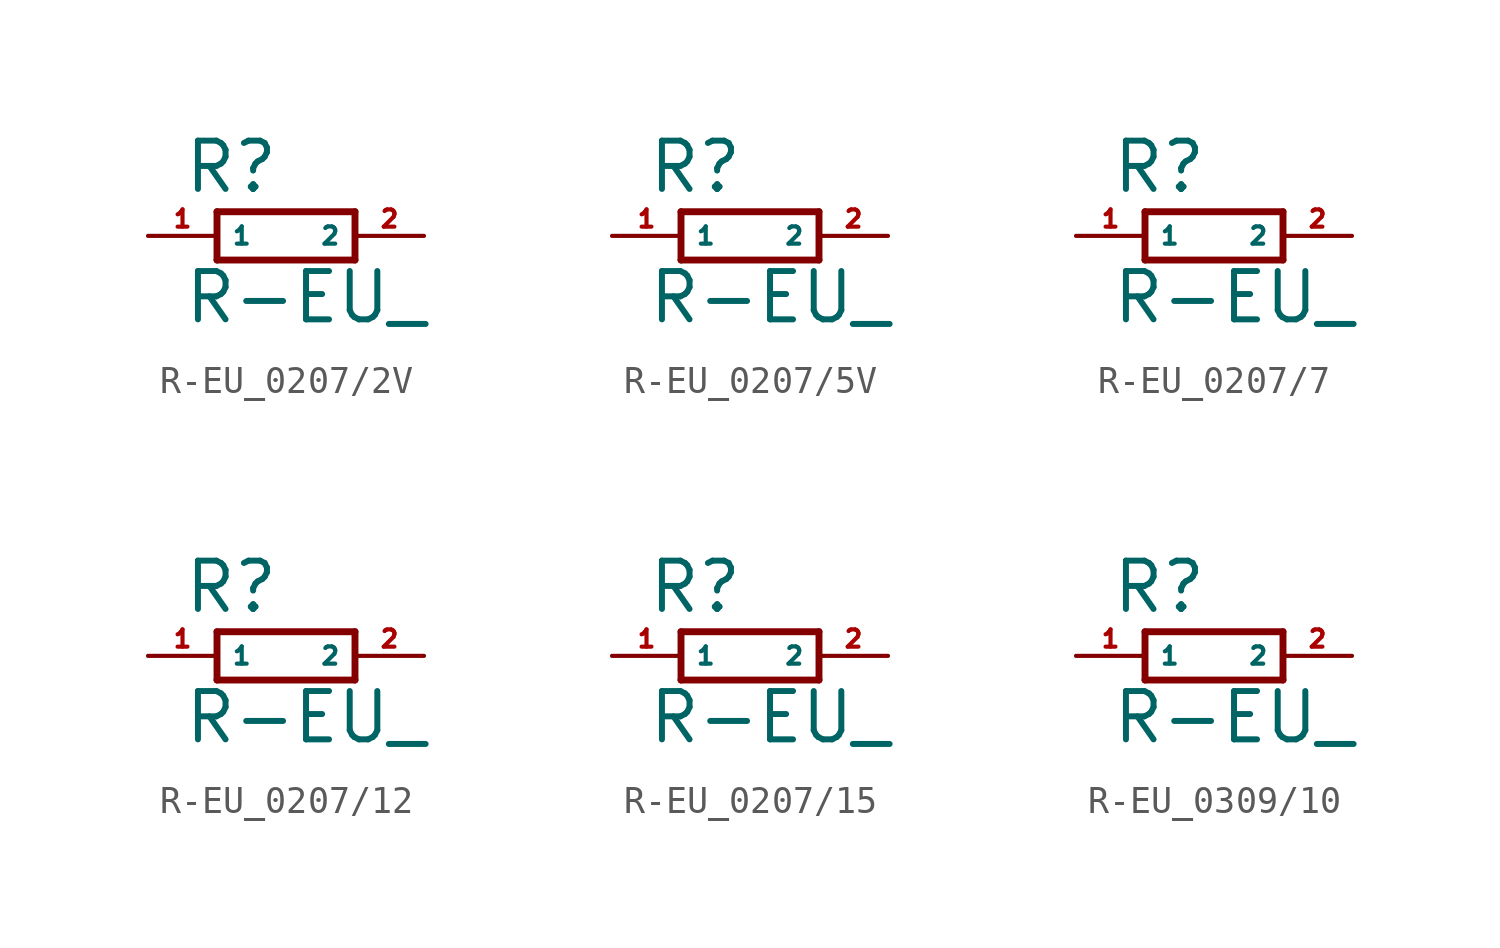
<source format=kicad_sym>
(kicad_symbol_lib
  (version 20220914)
  (generator Eagle2Kicad)
  (symbol "R-EU_0207/2V"
    (property "Reference" "R"
      (at -3.81 1.499 0)
      (effects (font (size 1.778 1.778) (thickness 0.22)) (justify left bottom)))
    (property "Value" "R-EU_"
      (at -3.81 -3.302 0)
      (effects (font (size 1.778 1.778) (thickness 0.22)) (justify left bottom)))
    (polyline
      (pts (xy -2.54 -0.889) (xy 2.54 -0.889))
      (stroke (width 0.254) (type default))
      (fill (type none)))
    (polyline
      (pts (xy 2.54 0.889) (xy -2.54 0.889))
      (stroke (width 0.254) (type default))
      (fill (type none)))
    (polyline
      (pts (xy 2.54 -0.889) (xy 2.54 0.889))
      (stroke (width 0.254) (type default))
      (fill (type none)))
    (polyline
      (pts (xy -2.54 -0.889) (xy -2.54 0.889))
      (stroke (width 0.254) (type default))
      (fill (type none)))
    (pin passive line
      (at 5.08 0 180)
      (length 2.54)
      (name "2" (effects (font (size 0.635 0.635) (thickness 0.08)) (justify left bottom)))
      (number "2" (effects (font (size 0.635 0.635) (thickness 0.08)) (justify left bottom))))
    (pin passive line
      (at -5.08 0 0)
      (length 2.54)
      (name "1" (effects (font (size 0.635 0.635) (thickness 0.08)) (justify left bottom)))
      (number "1" (effects (font (size 0.635 0.635) (thickness 0.08)) (justify left bottom)))))
  (symbol "R-EU_0207/5V"
    (property "Reference" "R"
      (at -3.81 1.499 0)
      (effects (font (size 1.778 1.778) (thickness 0.22)) (justify left bottom)))
    (property "Value" "R-EU_"
      (at -3.81 -3.302 0)
      (effects (font (size 1.778 1.778) (thickness 0.22)) (justify left bottom)))
    (polyline
      (pts (xy -2.54 -0.889) (xy 2.54 -0.889))
      (stroke (width 0.254) (type default))
      (fill (type none)))
    (polyline
      (pts (xy 2.54 0.889) (xy -2.54 0.889))
      (stroke (width 0.254) (type default))
      (fill (type none)))
    (polyline
      (pts (xy 2.54 -0.889) (xy 2.54 0.889))
      (stroke (width 0.254) (type default))
      (fill (type none)))
    (polyline
      (pts (xy -2.54 -0.889) (xy -2.54 0.889))
      (stroke (width 0.254) (type default))
      (fill (type none)))
    (pin passive line
      (at 5.08 0 180)
      (length 2.54)
      (name "2" (effects (font (size 0.635 0.635) (thickness 0.08)) (justify left bottom)))
      (number "2" (effects (font (size 0.635 0.635) (thickness 0.08)) (justify left bottom))))
    (pin passive line
      (at -5.08 0 0)
      (length 2.54)
      (name "1" (effects (font (size 0.635 0.635) (thickness 0.08)) (justify left bottom)))
      (number "1" (effects (font (size 0.635 0.635) (thickness 0.08)) (justify left bottom)))))
  (symbol "R-EU_0207/7"
    (property "Reference" "R"
      (at -3.81 1.499 0)
      (effects (font (size 1.778 1.778) (thickness 0.22)) (justify left bottom)))
    (property "Value" "R-EU_"
      (at -3.81 -3.302 0)
      (effects (font (size 1.778 1.778) (thickness 0.22)) (justify left bottom)))
    (polyline
      (pts (xy -2.54 -0.889) (xy 2.54 -0.889))
      (stroke (width 0.254) (type default))
      (fill (type none)))
    (polyline
      (pts (xy 2.54 0.889) (xy -2.54 0.889))
      (stroke (width 0.254) (type default))
      (fill (type none)))
    (polyline
      (pts (xy 2.54 -0.889) (xy 2.54 0.889))
      (stroke (width 0.254) (type default))
      (fill (type none)))
    (polyline
      (pts (xy -2.54 -0.889) (xy -2.54 0.889))
      (stroke (width 0.254) (type default))
      (fill (type none)))
    (pin passive line
      (at 5.08 0 180)
      (length 2.54)
      (name "2" (effects (font (size 0.635 0.635) (thickness 0.08)) (justify left bottom)))
      (number "2" (effects (font (size 0.635 0.635) (thickness 0.08)) (justify left bottom))))
    (pin passive line
      (at -5.08 0 0)
      (length 2.54)
      (name "1" (effects (font (size 0.635 0.635) (thickness 0.08)) (justify left bottom)))
      (number "1" (effects (font (size 0.635 0.635) (thickness 0.08)) (justify left bottom)))))
  (symbol "R-EU_0207/12"
    (property "Reference" "R"
      (at -3.81 1.499 0)
      (effects (font (size 1.778 1.778) (thickness 0.22)) (justify left bottom)))
    (property "Value" "R-EU_"
      (at -3.81 -3.302 0)
      (effects (font (size 1.778 1.778) (thickness 0.22)) (justify left bottom)))
    (polyline
      (pts (xy -2.54 -0.889) (xy 2.54 -0.889))
      (stroke (width 0.254) (type default))
      (fill (type none)))
    (polyline
      (pts (xy 2.54 0.889) (xy -2.54 0.889))
      (stroke (width 0.254) (type default))
      (fill (type none)))
    (polyline
      (pts (xy 2.54 -0.889) (xy 2.54 0.889))
      (stroke (width 0.254) (type default))
      (fill (type none)))
    (polyline
      (pts (xy -2.54 -0.889) (xy -2.54 0.889))
      (stroke (width 0.254) (type default))
      (fill (type none)))
    (pin passive line
      (at 5.08 0 180)
      (length 2.54)
      (name "2" (effects (font (size 0.635 0.635) (thickness 0.08)) (justify left bottom)))
      (number "2" (effects (font (size 0.635 0.635) (thickness 0.08)) (justify left bottom))))
    (pin passive line
      (at -5.08 0 0)
      (length 2.54)
      (name "1" (effects (font (size 0.635 0.635) (thickness 0.08)) (justify left bottom)))
      (number "1" (effects (font (size 0.635 0.635) (thickness 0.08)) (justify left bottom)))))
  (symbol "R-EU_0207/15"
    (property "Reference" "R"
      (at -3.81 1.499 0)
      (effects (font (size 1.778 1.778) (thickness 0.22)) (justify left bottom)))
    (property "Value" "R-EU_"
      (at -3.81 -3.302 0)
      (effects (font (size 1.778 1.778) (thickness 0.22)) (justify left bottom)))
    (polyline
      (pts (xy -2.54 -0.889) (xy 2.54 -0.889))
      (stroke (width 0.254) (type default))
      (fill (type none)))
    (polyline
      (pts (xy 2.54 0.889) (xy -2.54 0.889))
      (stroke (width 0.254) (type default))
      (fill (type none)))
    (polyline
      (pts (xy 2.54 -0.889) (xy 2.54 0.889))
      (stroke (width 0.254) (type default))
      (fill (type none)))
    (polyline
      (pts (xy -2.54 -0.889) (xy -2.54 0.889))
      (stroke (width 0.254) (type default))
      (fill (type none)))
    (pin passive line
      (at 5.08 0 180)
      (length 2.54)
      (name "2" (effects (font (size 0.635 0.635) (thickness 0.08)) (justify left bottom)))
      (number "2" (effects (font (size 0.635 0.635) (thickness 0.08)) (justify left bottom))))
    (pin passive line
      (at -5.08 0 0)
      (length 2.54)
      (name "1" (effects (font (size 0.635 0.635) (thickness 0.08)) (justify left bottom)))
      (number "1" (effects (font (size 0.635 0.635) (thickness 0.08)) (justify left bottom)))))
  (symbol "R-EU_0309/10"
    (property "Reference" "R"
      (at -3.81 1.499 0)
      (effects (font (size 1.778 1.778) (thickness 0.22)) (justify left bottom)))
    (property "Value" "R-EU_"
      (at -3.81 -3.302 0)
      (effects (font (size 1.778 1.778) (thickness 0.22)) (justify left bottom)))
    (polyline
      (pts (xy -2.54 -0.889) (xy 2.54 -0.889))
      (stroke (width 0.254) (type default))
      (fill (type none)))
    (polyline
      (pts (xy 2.54 0.889) (xy -2.54 0.889))
      (stroke (width 0.254) (type default))
      (fill (type none)))
    (polyline
      (pts (xy 2.54 -0.889) (xy 2.54 0.889))
      (stroke (width 0.254) (type default))
      (fill (type none)))
    (polyline
      (pts (xy -2.54 -0.889) (xy -2.54 0.889))
      (stroke (width 0.254) (type default))
      (fill (type none)))
    (pin passive line
      (at 5.08 0 180)
      (length 2.54)
      (name "2" (effects (font (size 0.635 0.635) (thickness 0.08)) (justify left bottom)))
      (number "2" (effects (font (size 0.635 0.635) (thickness 0.08)) (justify left bottom))))
    (pin passive line
      (at -5.08 0 0)
      (length 2.54)
      (name "1" (effects (font (size 0.635 0.635) (thickness 0.08)) (justify left bottom)))
      (number "1" (effects (font (size 0.635 0.635) (thickness 0.08)) (justify left bottom))))))
</source>
